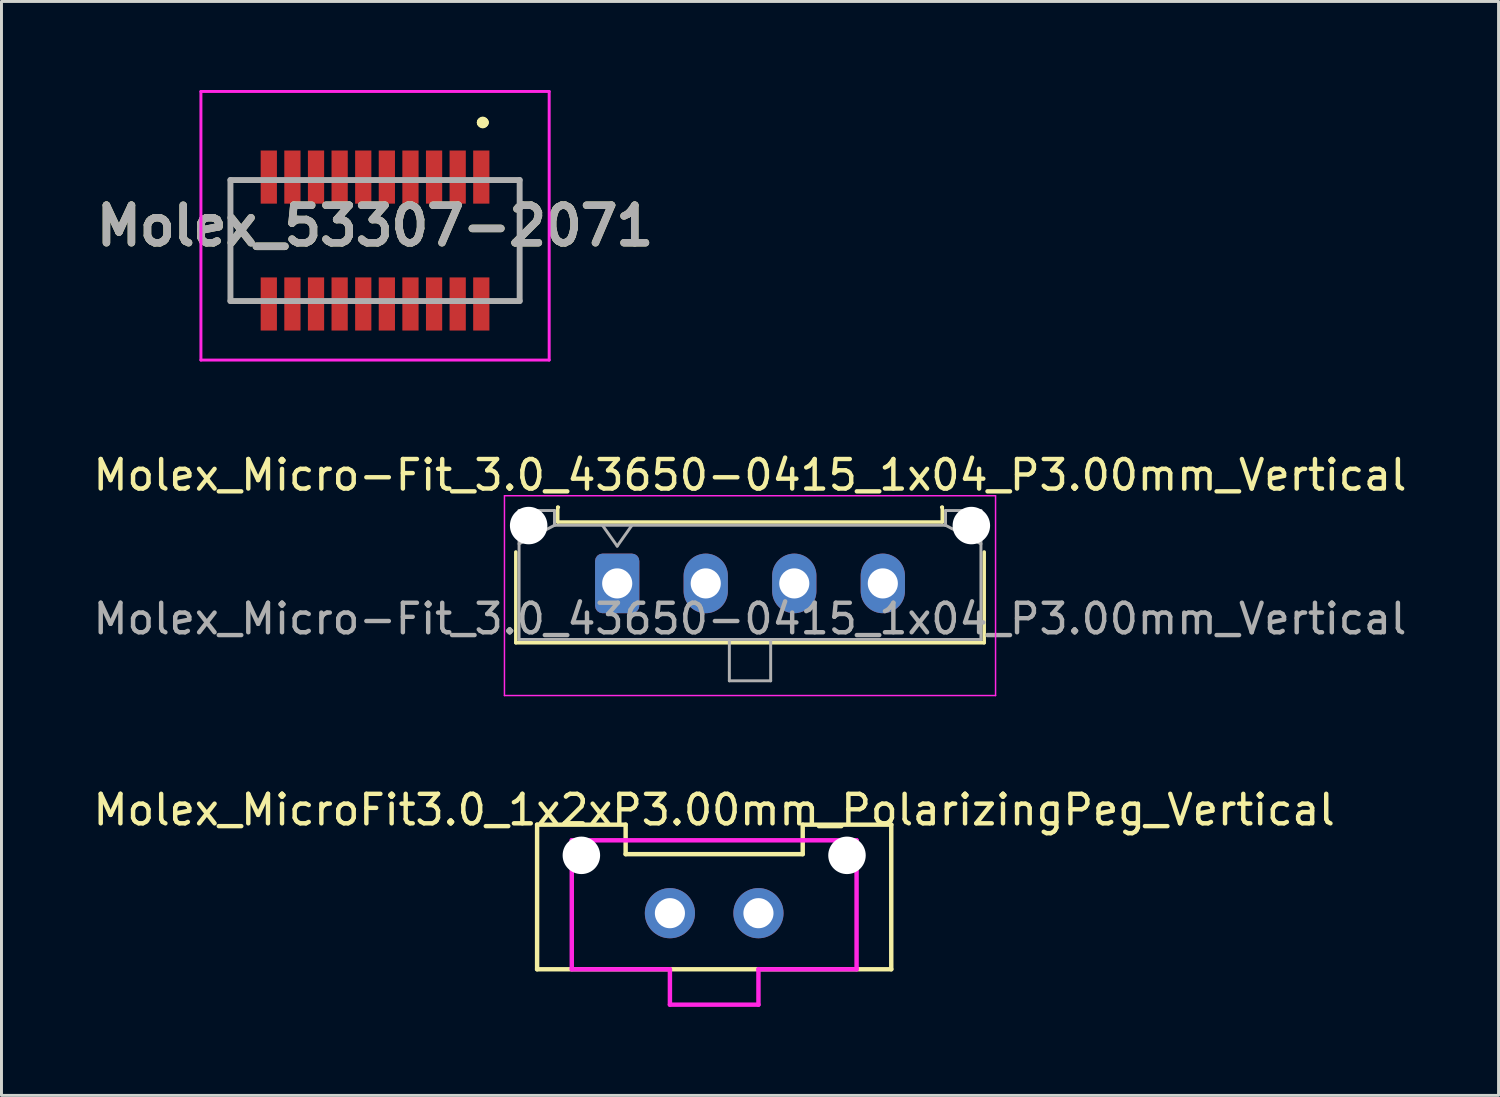
<source format=kicad_pcb>
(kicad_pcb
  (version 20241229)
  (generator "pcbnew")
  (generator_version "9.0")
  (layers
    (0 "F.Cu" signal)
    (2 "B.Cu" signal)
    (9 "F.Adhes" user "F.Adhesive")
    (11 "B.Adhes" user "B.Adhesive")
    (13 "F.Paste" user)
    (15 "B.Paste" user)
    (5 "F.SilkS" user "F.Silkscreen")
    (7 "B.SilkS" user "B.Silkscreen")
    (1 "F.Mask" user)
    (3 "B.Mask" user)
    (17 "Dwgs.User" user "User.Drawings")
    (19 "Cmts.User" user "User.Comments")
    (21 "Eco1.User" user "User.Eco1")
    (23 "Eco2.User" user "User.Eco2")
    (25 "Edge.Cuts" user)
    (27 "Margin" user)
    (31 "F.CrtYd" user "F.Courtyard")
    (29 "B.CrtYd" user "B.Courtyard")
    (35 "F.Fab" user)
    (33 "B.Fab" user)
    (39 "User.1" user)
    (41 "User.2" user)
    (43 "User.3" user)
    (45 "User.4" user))
  (footprint "Molex_Micro-Fit_3.0_43650-0415_1x04_P3.00mm_Vertical"
    (layer "F.Cu")
    (at 17.863 16.718)
    (property "Reference" "Molex_Micro-Fit_3.0_43650-0415_1x04_P3.00mm_Vertical" (at 4.5 -3.67 0) (layer "F.SilkS") (effects (font (size 1 1) (thickness 0.15))))
    (attr through_hole)
    (fp_line (start -3.435 -1.065) (end -3.435 2.01) (stroke (width 0.12) (type solid)) (layer "F.SilkS"))
    (fp_line (start -3.435 2.01) (end 12.435 2.01) (stroke (width 0.12) (type solid)) (layer "F.SilkS"))
    (fp_line (start -2.015 -2.58) (end -2.015 -2.08) (stroke (width 0.12) (type solid)) (layer "F.SilkS"))
    (fp_line (start -2.015 -2.08) (end 11.015 -2.08) (stroke (width 0.12) (type solid)) (layer "F.SilkS"))
    (fp_line (start -1.995 -2.58) (end -2.015 -2.58) (stroke (width 0.12) (type solid)) (layer "F.SilkS"))
    (fp_line (start 11.015 -2.58) (end 10.995 -2.58) (stroke (width 0.12) (type solid)) (layer "F.SilkS"))
    (fp_line (start 11.015 -2.08) (end 11.015 -2.58) (stroke (width 0.12) (type solid)) (layer "F.SilkS"))
    (fp_line (start 12.435 2.01) (end 12.435 -1.065) (stroke (width 0.12) (type solid)) (layer "F.SilkS"))
    (fp_line (start -3.82 -2.97) (end 12.82 -2.97) (stroke (width 0.05) (type solid)) (layer "F.CrtYd"))
    (fp_line (start -3.82 3.8) (end -3.82 -2.97) (stroke (width 0.05) (type solid)) (layer "F.CrtYd"))
    (fp_line (start 12.82 -2.97) (end 12.82 3.8) (stroke (width 0.05) (type solid)) (layer "F.CrtYd"))
    (fp_line (start 12.82 3.8) (end -3.82 3.8) (stroke (width 0.05) (type solid)) (layer "F.CrtYd"))
    (fp_line (start -3.325 -2.47) (end -3.325 1.9) (stroke (width 0.1) (type solid)) (layer "F.Fab"))
    (fp_line (start -3.325 -1.34) (end -2.125 -1.97) (stroke (width 0.1) (type solid)) (layer "F.Fab"))
    (fp_line (start -3.325 1.9) (end 12.325 1.9) (stroke (width 0.1) (type solid)) (layer "F.Fab"))
    (fp_line (start -2.125 -2.47) (end -3.325 -2.47) (stroke (width 0.1) (type solid)) (layer "F.Fab"))
    (fp_line (start -2.125 -1.97) (end -2.125 -2.47) (stroke (width 0.1) (type solid)) (layer "F.Fab"))
    (fp_line (start -0.5 -1.97) (end 0 -1.263) (stroke (width 0.1) (type solid)) (layer "F.Fab"))
    (fp_line (start 0 -1.263) (end 0.5 -1.97) (stroke (width 0.1) (type solid)) (layer "F.Fab"))
    (fp_line (start 3.8 1.9) (end 3.8 3.3) (stroke (width 0.1) (type solid)) (layer "F.Fab"))
    (fp_line (start 3.8 3.3) (end 5.2 3.3) (stroke (width 0.1) (type solid)) (layer "F.Fab"))
    (fp_line (start 5.2 3.3) (end 5.2 1.9) (stroke (width 0.1) (type solid)) (layer "F.Fab"))
    (fp_line (start 11.125 -2.47) (end 11.125 -1.97) (stroke (width 0.1) (type solid)) (layer "F.Fab"))
    (fp_line (start 11.125 -1.97) (end -2.125 -1.97) (stroke (width 0.1) (type solid)) (layer "F.Fab"))
    (fp_line (start 12.325 -2.47) (end 11.125 -2.47) (stroke (width 0.1) (type solid)) (layer "F.Fab"))
    (fp_line (start 12.325 -1.34) (end 11.125 -1.97) (stroke (width 0.1) (type solid)) (layer "F.Fab"))
    (fp_line (start 12.325 1.9) (end 12.325 -2.47) (stroke (width 0.1) (type solid)) (layer "F.Fab"))
    (fp_text user "${REFERENCE}" (at 4.5 1.2 0) (layer "F.Fab") (effects (font (size 1 1) (thickness 0.15))))
    (pad "" np_thru_hole circle (at -3 -1.96) (size 1.27 1.27) (drill 1.27) (layers "*.Cu" "*.Mask"))
    (pad "" np_thru_hole circle (at 12 -1.96) (size 1.27 1.27) (drill 1.27) (layers "*.Cu" "*.Mask"))
    (pad "1" thru_hole roundrect (at 0 0) (size 1.5 2.02) (drill 1.02) (layers "*.Cu" "*.Mask") (roundrect_rratio 0.167))
    (pad "2" thru_hole oval (at 3 0) (size 1.5 2.02) (drill 1.02) (layers "*.Cu" "*.Mask"))
    (pad "3" thru_hole oval (at 6 0) (size 1.5 2.02) (drill 1.02) (layers "*.Cu" "*.Mask"))
    (pad "4" thru_hole oval (at 9 0) (size 1.5 2.02) (drill 1.02) (layers "*.Cu" "*.Mask")))
  (footprint "Molex_MicroFit3.0_1x2xP3.00mm_PolarizingPeg_Vertical"
    (layer "F.Cu")
    (at 19.649 27.892)
    (property "Reference" "Molex_MicroFit3.0_1x2xP3.00mm_PolarizingPeg_Vertical" (at 1.5 -3.5 0) (layer "F.SilkS") (effects (font (size 1 1) (thickness 0.15))))
    (attr through_hole)
    (fp_line (start -4.5 -3) (end -1.5 -3) (stroke (width 0.15) (type solid)) (layer "F.SilkS"))
    (fp_line (start -4.5 1.9) (end -4.5 -3) (stroke (width 0.15) (type solid)) (layer "F.SilkS"))
    (fp_line (start -1.5 -3) (end -1.5 -2) (stroke (width 0.15) (type solid)) (layer "F.SilkS"))
    (fp_line (start -1.5 -2) (end 4.5 -2) (stroke (width 0.15) (type solid)) (layer "F.SilkS"))
    (fp_line (start 4.5 -3) (end 7.5 -3) (stroke (width 0.15) (type solid)) (layer "F.SilkS"))
    (fp_line (start 4.5 -2) (end 4.5 -3) (stroke (width 0.15) (type solid)) (layer "F.SilkS"))
    (fp_line (start 7.5 -3) (end 7.5 1.9) (stroke (width 0.15) (type solid)) (layer "F.SilkS"))
    (fp_line (start 7.5 1.9) (end -4.5 1.9) (stroke (width 0.15) (type solid)) (layer "F.SilkS"))
    (fp_line (start -3.325 -2.47) (end 6.325 -2.47) (stroke (width 0.15) (type solid)) (layer "F.CrtYd"))
    (fp_line (start -3.325 1.9) (end -3.325 -2.47) (stroke (width 0.15) (type solid)) (layer "F.CrtYd"))
    (fp_line (start 0 1.9) (end -3.325 1.9) (stroke (width 0.15) (type solid)) (layer "F.CrtYd"))
    (fp_line (start 0 3.1) (end 0 1.9) (stroke (width 0.15) (type solid)) (layer "F.CrtYd"))
    (fp_line (start 3 1.9) (end 3 3.1) (stroke (width 0.15) (type solid)) (layer "F.CrtYd"))
    (fp_line (start 3 3.1) (end 0 3.1) (stroke (width 0.15) (type solid)) (layer "F.CrtYd"))
    (fp_line (start 6.325 -2.47) (end 6.325 1.9) (stroke (width 0.15) (type solid)) (layer "F.CrtYd"))
    (fp_line (start 6.325 1.9) (end 3 1.9) (stroke (width 0.15) (type solid)) (layer "F.CrtYd"))
    (pad "" np_thru_hole circle (at -3 -1.96) (size 1.27 1.27) (drill 1.27) (layers "*.Cu" "*.Mask"))
    (pad "" np_thru_hole circle (at 6 -1.96) (size 1.27 1.27) (drill 1.27) (layers "*.Cu" "*.Mask"))
    (pad "1" thru_hole circle (at 0 0) (size 1.7 1.7) (drill 1.02) (layers "*.Cu" "*.Mask"))
    (pad "2" thru_hole circle (at 3 0) (size 1.7 1.7) (drill 1.02) (layers "*.Cu" "*.Mask")))
  (footprint "Molex_53307-2071"
    (layer "F.Cu")
    (at 9.658 5.1)
    (property "Reference" "Molex_53307-2071" (at 0 -0.5 0) (layer "F.SilkS") (effects (font (size 1.27 1.27) (thickness 0.254))))
    (attr smd)
    (fp_line (start -4.9 -2.05) (end -4.9 2.05) (stroke (width 0.1) (type solid)) (layer "F.SilkS"))
    (fp_line (start 3.6 -4) (end 3.6 -4) (stroke (width 0.3) (type solid)) (layer "F.SilkS"))
    (fp_line (start 3.7 -4) (end 3.7 -4) (stroke (width 0.3) (type solid)) (layer "F.SilkS"))
    (fp_line (start 4.9 -2.05) (end 4.9 2.05) (stroke (width 0.1) (type solid)) (layer "F.SilkS"))
    (fp_arc (start 3.6 -4) (mid 3.65 -4.05) (end 3.7 -4) (stroke (width 0.3) (type solid)) (layer "F.SilkS"))
    (fp_arc (start 3.7 -4) (mid 3.65 -3.95) (end 3.6 -4) (stroke (width 0.3) (type solid)) (layer "F.SilkS"))
    (fp_line (start -5.9 -5.05) (end 5.9 -5.05) (stroke (width 0.1) (type solid)) (layer "F.CrtYd"))
    (fp_line (start -5.9 4.05) (end -5.9 -5.05) (stroke (width 0.1) (type solid)) (layer "F.CrtYd"))
    (fp_line (start 5.9 -5.05) (end 5.9 4.05) (stroke (width 0.1) (type solid)) (layer "F.CrtYd"))
    (fp_line (start 5.9 4.05) (end -5.9 4.05) (stroke (width 0.1) (type solid)) (layer "F.CrtYd"))
    (fp_line (start -4.9 -2.05) (end 4.9 -2.05) (stroke (width 0.2) (type solid)) (layer "F.Fab"))
    (fp_line (start -4.9 2.05) (end -4.9 -2.05) (stroke (width 0.2) (type solid)) (layer "F.Fab"))
    (fp_line (start 4.9 -2.05) (end 4.9 2.05) (stroke (width 0.2) (type solid)) (layer "F.Fab"))
    (fp_line (start 4.9 2.05) (end -4.9 2.05) (stroke (width 0.2) (type solid)) (layer "F.Fab"))
    (fp_text user "${REFERENCE}" (at 0 -0.5 0) (layer "F.Fab") (effects (font (size 1.27 1.27) (thickness 0.254))))
    (pad "1" smd rect (at 3.6 -2.15) (size 0.55 1.8) (layers "F.Cu" "F.Mask" "F.Paste"))
    (pad "2" smd rect (at 3.6 2.15) (size 0.55 1.8) (layers "F.Cu" "F.Mask" "F.Paste"))
    (pad "3" smd rect (at 2.8 -2.15) (size 0.55 1.8) (layers "F.Cu" "F.Mask" "F.Paste"))
    (pad "4" smd rect (at 2.8 2.15) (size 0.55 1.8) (layers "F.Cu" "F.Mask" "F.Paste"))
    (pad "5" smd rect (at 2 -2.15) (size 0.55 1.8) (layers "F.Cu" "F.Mask" "F.Paste"))
    (pad "6" smd rect (at 2 2.15) (size 0.55 1.8) (layers "F.Cu" "F.Mask" "F.Paste"))
    (pad "7" smd rect (at 1.2 -2.15) (size 0.55 1.8) (layers "F.Cu" "F.Mask" "F.Paste"))
    (pad "8" smd rect (at 1.2 2.15) (size 0.55 1.8) (layers "F.Cu" "F.Mask" "F.Paste"))
    (pad "9" smd rect (at 0.4 -2.15) (size 0.55 1.8) (layers "F.Cu" "F.Mask" "F.Paste"))
    (pad "10" smd rect (at 0.4 2.15) (size 0.55 1.8) (layers "F.Cu" "F.Mask" "F.Paste"))
    (pad "11" smd rect (at -0.4 -2.15) (size 0.55 1.8) (layers "F.Cu" "F.Mask" "F.Paste"))
    (pad "12" smd rect (at -0.4 2.15) (size 0.55 1.8) (layers "F.Cu" "F.Mask" "F.Paste"))
    (pad "13" smd rect (at -1.2 -2.15) (size 0.55 1.8) (layers "F.Cu" "F.Mask" "F.Paste"))
    (pad "14" smd rect (at -1.2 2.15) (size 0.55 1.8) (layers "F.Cu" "F.Mask" "F.Paste"))
    (pad "15" smd rect (at -2 -2.15) (size 0.55 1.8) (layers "F.Cu" "F.Mask" "F.Paste"))
    (pad "16" smd rect (at -2 2.15) (size 0.55 1.8) (layers "F.Cu" "F.Mask" "F.Paste"))
    (pad "17" smd rect (at -2.8 -2.15) (size 0.55 1.8) (layers "F.Cu" "F.Mask" "F.Paste"))
    (pad "18" smd rect (at -2.8 2.15) (size 0.55 1.8) (layers "F.Cu" "F.Mask" "F.Paste"))
    (pad "19" smd rect (at -3.6 -2.15) (size 0.55 1.8) (layers "F.Cu" "F.Mask" "F.Paste"))
    (pad "20" smd rect (at -3.6 2.15) (size 0.55 1.8) (layers "F.Cu" "F.Mask" "F.Paste")))
  (gr_rect
    (start -3 -3)
    (end 47.726 34.066)
    (stroke (width 0.1) (type default))
    (fill no)
    (layer "Edge.Cuts")))
</source>
